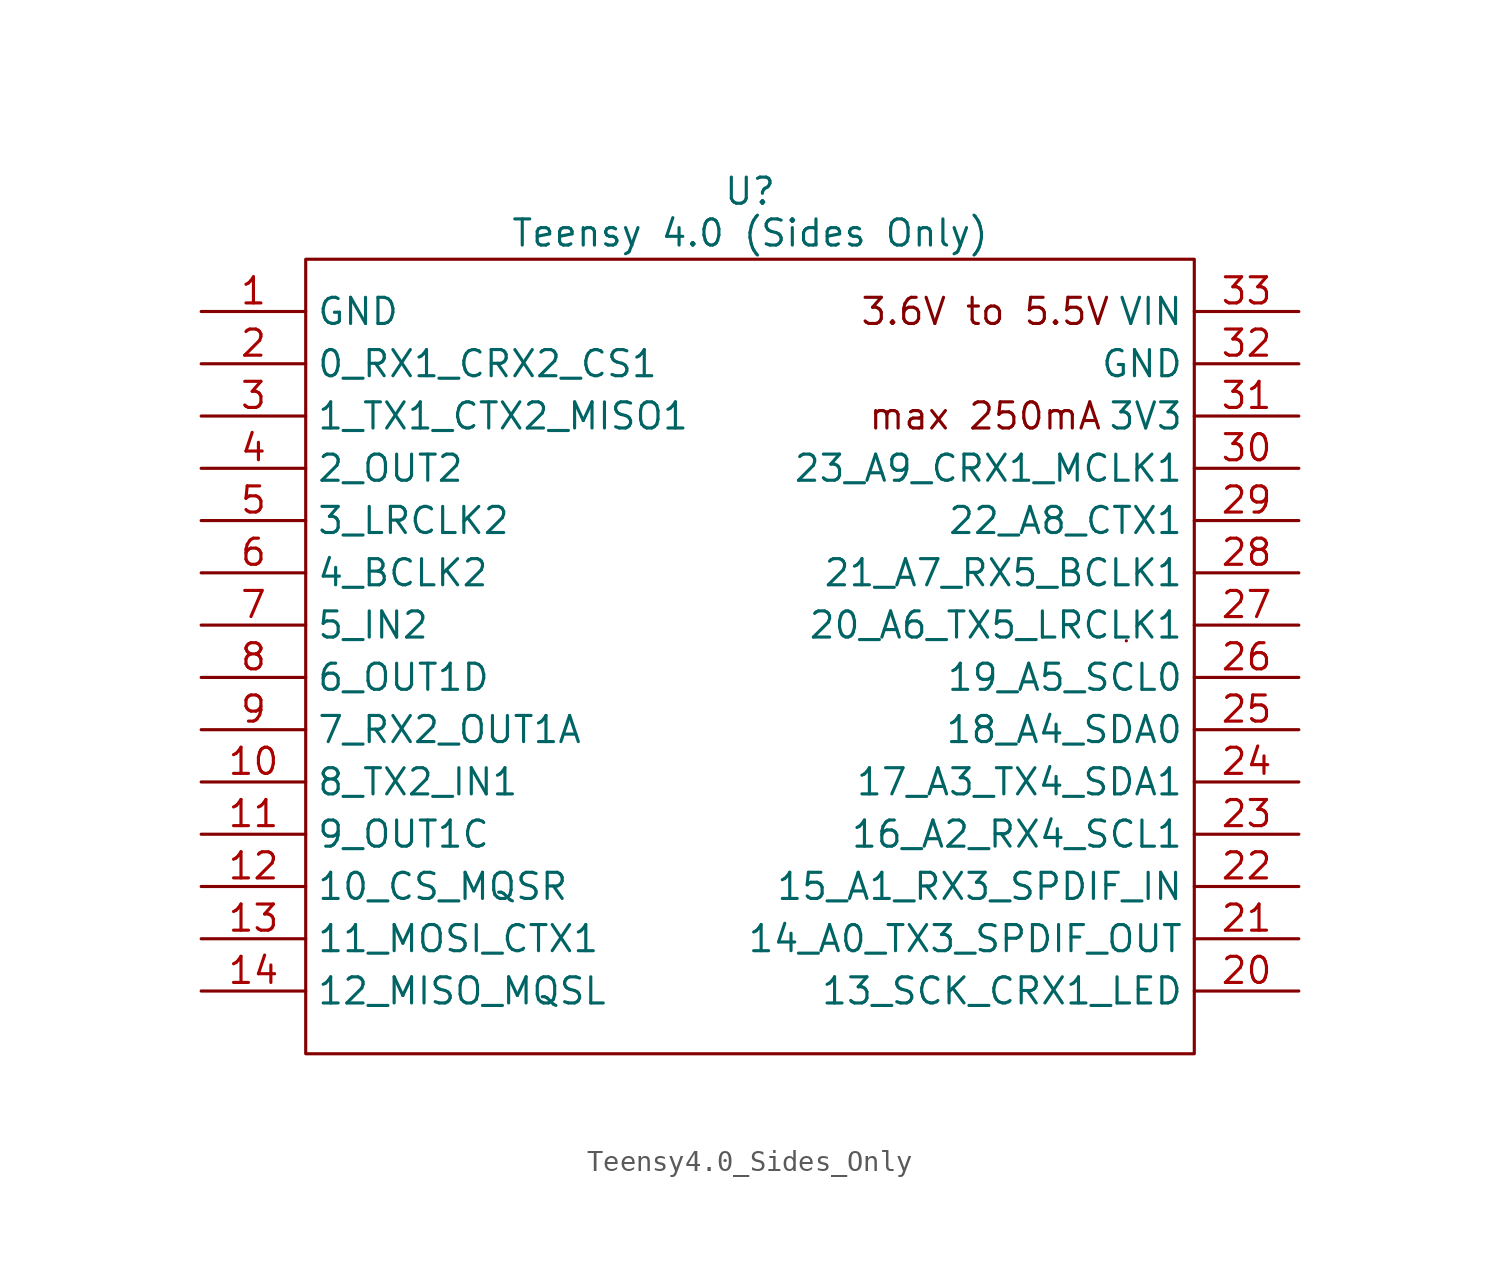
<source format=kicad_sym>
(kicad_symbol_lib
  (version 20220914)
  (generator kicad_symbol_editor)
  (symbol "Teensy4.0_Sides_Only"
    (property "Reference" "U"
      (at 0 21.082 0)
      (effects (font (size 1.27 1.27))))
    (property "Value" "Teensy 4.0 (Sides Only)"
      (at 0 19.05 0)
      (effects (font (size 1.27 1.27))))
    (symbol "Teensy4.0_Sides_Only_0_0"
      (text "3.6V to 5.5V" (at 11.43 15.24 0) (effects (font (size 1.27 1.27))))
      (text "max 250mA" (at 11.43 10.16 0) (effects (font (size 1.27 1.27))))
      (pin bidirectional line (at -26.67 -7.62 0) (length 5.08) (name "8_TX2_IN1" (effects (font (size 1.27 1.27)))) (number "10" (effects (font (size 1.27 1.27)))))
      (pin bidirectional line (at -26.67 -10.16 0) (length 5.08) (name "9_OUT1C" (effects (font (size 1.27 1.27)))) (number "11" (effects (font (size 1.27 1.27)))))
      (pin bidirectional line (at -26.67 -12.7 0) (length 5.08) (name "10_CS_MQSR" (effects (font (size 1.27 1.27)))) (number "12" (effects (font (size 1.27 1.27)))))
      (pin bidirectional line (at -26.67 -15.24 0) (length 5.08) (name "11_MOSI_CTX1" (effects (font (size 1.27 1.27)))) (number "13" (effects (font (size 1.27 1.27)))))
      (pin bidirectional line (at -26.67 -17.78 0) (length 5.08) (name "12_MISO_MQSL" (effects (font (size 1.27 1.27)))) (number "14" (effects (font (size 1.27 1.27)))))
      (pin bidirectional line (at 26.67 -17.78 180) (length 5.08) (name "13_SCK_CRX1_LED" (effects (font (size 1.27 1.27)))) (number "20" (effects (font (size 1.27 1.27)))))
      (pin bidirectional line (at 26.67 -15.24 180) (length 5.08) (name "14_A0_TX3_SPDIF_OUT" (effects (font (size 1.27 1.27)))) (number "21" (effects (font (size 1.27 1.27)))))
      (pin bidirectional line (at 26.67 -12.7 180) (length 5.08) (name "15_A1_RX3_SPDIF_IN" (effects (font (size 1.27 1.27)))) (number "22" (effects (font (size 1.27 1.27)))))
      (pin bidirectional line (at 26.67 -10.16 180) (length 5.08) (name "16_A2_RX4_SCL1" (effects (font (size 1.27 1.27)))) (number "23" (effects (font (size 1.27 1.27)))))
      (pin bidirectional line (at 26.67 -7.62 180) (length 5.08) (name "17_A3_TX4_SDA1" (effects (font (size 1.27 1.27)))) (number "24" (effects (font (size 1.27 1.27)))))
      (pin bidirectional line (at 26.67 -5.08 180) (length 5.08) (name "18_A4_SDA0" (effects (font (size 1.27 1.27)))) (number "25" (effects (font (size 1.27 1.27)))))
      (pin bidirectional line (at 26.67 -2.54 180) (length 5.08) (name "19_A5_SCL0" (effects (font (size 1.27 1.27)))) (number "26" (effects (font (size 1.27 1.27)))))
      (pin bidirectional line (at 26.67 0 180) (length 5.08) (name "20_A6_TX5_LRCLK1" (effects (font (size 1.27 1.27)))) (number "27" (effects (font (size 1.27 1.27)))))
      (pin bidirectional line (at 26.67 2.54 180) (length 5.08) (name "21_A7_RX5_BCLK1" (effects (font (size 1.27 1.27)))) (number "28" (effects (font (size 1.27 1.27)))))
      (pin bidirectional line (at 26.67 5.08 180) (length 5.08) (name "22_A8_CTX1" (effects (font (size 1.27 1.27)))) (number "29" (effects (font (size 1.27 1.27)))))
      (pin bidirectional line (at 26.67 7.62 180) (length 5.08) (name "23_A9_CRX1_MCLK1" (effects (font (size 1.27 1.27)))) (number "30" (effects (font (size 1.27 1.27)))))
      (pin power_out line (at 26.67 10.16 180) (length 5.08) (name "3V3" (effects (font (size 1.27 1.27)))) (number "31" (effects (font (size 1.27 1.27)))))
      (pin power_in line (at 26.67 12.7 180) (length 5.08) (name "GND" (effects (font (size 1.27 1.27)))) (number "32" (effects (font (size 1.27 1.27)))))
      (pin power_in line (at 26.67 15.24 180) (length 5.08) (name "VIN" (effects (font (size 1.27 1.27)))) (number "33" (effects (font (size 1.27 1.27)))))
      (pin bidirectional line (at -26.67 5.08 0) (length 5.08) (name "3_LRCLK2" (effects (font (size 1.27 1.27)))) (number "5" (effects (font (size 1.27 1.27)))))
      (pin bidirectional line (at -26.67 2.54 0) (length 5.08) (name "4_BCLK2" (effects (font (size 1.27 1.27)))) (number "6" (effects (font (size 1.27 1.27)))))
      (pin bidirectional line (at -26.67 0 0) (length 5.08) (name "5_IN2" (effects (font (size 1.27 1.27)))) (number "7" (effects (font (size 1.27 1.27)))))
      (pin bidirectional line (at -26.67 -2.54 0) (length 5.08) (name "6_OUT1D" (effects (font (size 1.27 1.27)))) (number "8" (effects (font (size 1.27 1.27)))))
      (pin bidirectional line (at -26.67 -5.08 0) (length 5.08) (name "7_RX2_OUT1A" (effects (font (size 1.27 1.27)))) (number "9" (effects (font (size 1.27 1.27))))))
    (symbol "Teensy4.0_Sides_Only_0_1"
      (rectangle (start -21.59 17.78) (end 21.59 -20.828) (stroke (width 0) (type solid)) (fill (type none)))
      (rectangle (start 18.288 -0.762) (end 18.288 -0.762) (stroke (width 0) (type solid)) (fill (type none))))
    (symbol "Teensy4.0_Sides_Only_1_1"
      (pin power_in line (at -26.67 15.24 0) (length 5.08) (name "GND" (effects (font (size 1.27 1.27)))) (number "1" (effects (font (size 1.27 1.27)))))
      (pin bidirectional line (at -26.67 12.7 0) (length 5.08) (name "0_RX1_CRX2_CS1" (effects (font (size 1.27 1.27)))) (number "2" (effects (font (size 1.27 1.27)))))
      (pin bidirectional line (at -26.67 10.16 0) (length 5.08) (name "1_TX1_CTX2_MISO1" (effects (font (size 1.27 1.27)))) (number "3" (effects (font (size 1.27 1.27)))))
      (pin bidirectional line (at -26.67 7.62 0) (length 5.08) (name "2_OUT2" (effects (font (size 1.27 1.27)))) (number "4" (effects (font (size 1.27 1.27))))))))
</source>
